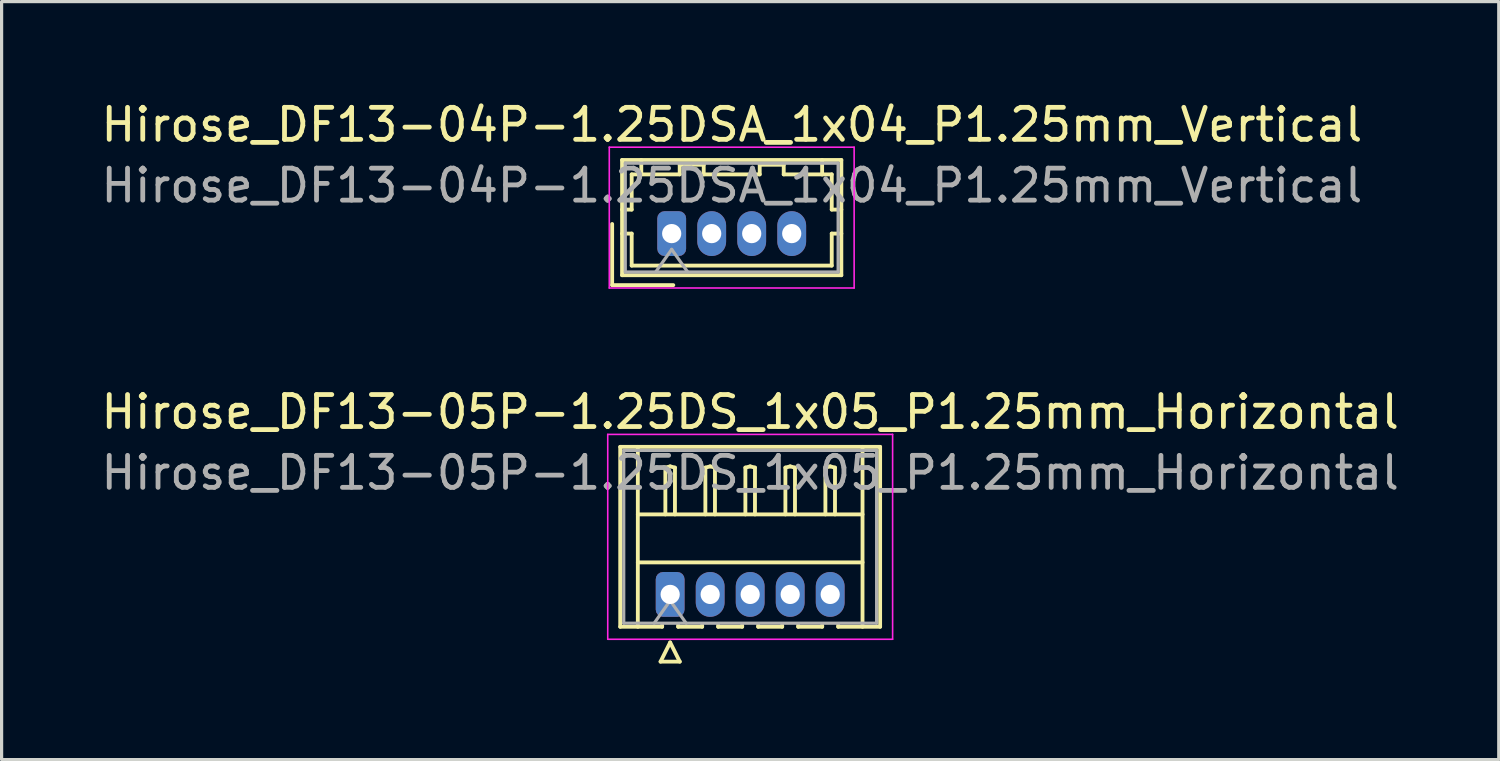
<source format=kicad_pcb>
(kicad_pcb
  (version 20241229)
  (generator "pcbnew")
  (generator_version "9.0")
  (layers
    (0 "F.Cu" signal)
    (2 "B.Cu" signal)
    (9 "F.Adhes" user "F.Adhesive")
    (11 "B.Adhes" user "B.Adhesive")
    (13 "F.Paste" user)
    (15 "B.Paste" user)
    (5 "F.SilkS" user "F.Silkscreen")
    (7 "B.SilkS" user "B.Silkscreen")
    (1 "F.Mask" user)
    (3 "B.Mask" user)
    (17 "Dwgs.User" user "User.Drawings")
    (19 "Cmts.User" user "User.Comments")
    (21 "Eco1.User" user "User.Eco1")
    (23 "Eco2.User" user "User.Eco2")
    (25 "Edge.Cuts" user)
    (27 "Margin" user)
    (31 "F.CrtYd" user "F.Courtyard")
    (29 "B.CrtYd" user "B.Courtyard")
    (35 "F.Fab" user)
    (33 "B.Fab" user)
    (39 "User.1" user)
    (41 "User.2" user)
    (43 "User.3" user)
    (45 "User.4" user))
  (footprint "Hirose_DF13-04P-1.25DSA_1x04_P1.25mm_Vertical"
    (layer "F.Cu")
    (at 17.935 4.248)
    (property "Reference" "Hirose_DF13-04P-1.25DSA_1x04_P1.25mm_Vertical" (at 1.88 -3.4 0) (layer "F.SilkS") (effects (font (size 1 1) (thickness 0.15))))
    (attr through_hole)
    (fp_line (start -1.86 -0.3) (end -1.86 1.61) (stroke (width 0.12) (type solid)) (layer "F.SilkS"))
    (fp_line (start -1.86 1.61) (end 0.05 1.61) (stroke (width 0.12) (type solid)) (layer "F.SilkS"))
    (fp_line (start -1.55 -2.3) (end -1.55 1.3) (stroke (width 0.12) (type solid)) (layer "F.SilkS"))
    (fp_line (start -1.55 -0.75) (end -1.25 -0.75) (stroke (width 0.12) (type solid)) (layer "F.SilkS"))
    (fp_line (start -1.55 0) (end -1.25 0) (stroke (width 0.12) (type solid)) (layer "F.SilkS"))
    (fp_line (start -1.55 1.3) (end 5.3 1.3) (stroke (width 0.12) (type solid)) (layer "F.SilkS"))
    (fp_line (start -1.25 -1.85) (end -0.95 -1.85) (stroke (width 0.12) (type solid)) (layer "F.SilkS"))
    (fp_line (start -1.25 -0.75) (end -1.25 -1.85) (stroke (width 0.12) (type solid)) (layer "F.SilkS"))
    (fp_line (start -1.25 0) (end -1.25 1) (stroke (width 0.12) (type solid)) (layer "F.SilkS"))
    (fp_line (start -1.25 1) (end 5 1) (stroke (width 0.12) (type solid)) (layer "F.SilkS"))
    (fp_line (start -0.95 -1.85) (end -0.95 -2.3) (stroke (width 0.12) (type solid)) (layer "F.SilkS"))
    (fp_line (start -0.95 -1.85) (end 0.25 -1.85) (stroke (width 0.12) (type solid)) (layer "F.SilkS"))
    (fp_line (start 0.25 -2.15) (end 1 -2.15) (stroke (width 0.12) (type solid)) (layer "F.SilkS"))
    (fp_line (start 0.25 -1.85) (end 0.25 -2.15) (stroke (width 0.12) (type solid)) (layer "F.SilkS"))
    (fp_line (start 1 -2.15) (end 1 -1.85) (stroke (width 0.12) (type solid)) (layer "F.SilkS"))
    (fp_line (start 1 -1.85) (end 2.75 -1.85) (stroke (width 0.12) (type solid)) (layer "F.SilkS"))
    (fp_line (start 2.75 -2.15) (end 3.5 -2.15) (stroke (width 0.12) (type solid)) (layer "F.SilkS"))
    (fp_line (start 2.75 -1.85) (end 2.75 -2.15) (stroke (width 0.12) (type solid)) (layer "F.SilkS"))
    (fp_line (start 3.5 -2.15) (end 3.5 -1.85) (stroke (width 0.12) (type solid)) (layer "F.SilkS"))
    (fp_line (start 3.5 -1.85) (end 4.7 -1.85) (stroke (width 0.12) (type solid)) (layer "F.SilkS"))
    (fp_line (start 4.7 -1.85) (end 4.7 -2.3) (stroke (width 0.12) (type solid)) (layer "F.SilkS"))
    (fp_line (start 5 -1.85) (end 4.7 -1.85) (stroke (width 0.12) (type solid)) (layer "F.SilkS"))
    (fp_line (start 5 -0.75) (end 5 -1.85) (stroke (width 0.12) (type solid)) (layer "F.SilkS"))
    (fp_line (start 5 0) (end 5.3 0) (stroke (width 0.12) (type solid)) (layer "F.SilkS"))
    (fp_line (start 5 1) (end 5 0) (stroke (width 0.12) (type solid)) (layer "F.SilkS"))
    (fp_line (start 5.3 -2.3) (end -1.55 -2.3) (stroke (width 0.12) (type solid)) (layer "F.SilkS"))
    (fp_line (start 5.3 -0.75) (end 5 -0.75) (stroke (width 0.12) (type solid)) (layer "F.SilkS"))
    (fp_line (start 5.3 1.3) (end 5.3 -2.3) (stroke (width 0.12) (type solid)) (layer "F.SilkS"))
    (fp_line (start -1.95 -2.7) (end -1.95 1.7) (stroke (width 0.05) (type solid)) (layer "F.CrtYd"))
    (fp_line (start -1.95 1.7) (end 5.7 1.7) (stroke (width 0.05) (type solid)) (layer "F.CrtYd"))
    (fp_line (start 5.7 -2.7) (end -1.95 -2.7) (stroke (width 0.05) (type solid)) (layer "F.CrtYd"))
    (fp_line (start 5.7 1.7) (end 5.7 -2.7) (stroke (width 0.05) (type solid)) (layer "F.CrtYd"))
    (fp_line (start -1.45 -2.2) (end -1.45 1.2) (stroke (width 0.1) (type solid)) (layer "F.Fab"))
    (fp_line (start -1.45 1.2) (end 5.2 1.2) (stroke (width 0.1) (type solid)) (layer "F.Fab"))
    (fp_line (start -0.5 1.2) (end 0 0.493) (stroke (width 0.1) (type solid)) (layer "F.Fab"))
    (fp_line (start 0 0.493) (end 0.5 1.2) (stroke (width 0.1) (type solid)) (layer "F.Fab"))
    (fp_line (start 5.2 -2.2) (end -1.45 -2.2) (stroke (width 0.1) (type solid)) (layer "F.Fab"))
    (fp_line (start 5.2 1.2) (end 5.2 -2.2) (stroke (width 0.1) (type solid)) (layer "F.Fab"))
    (fp_text user "${REFERENCE}" (at 1.88 -1.5 0) (layer "F.Fab") (effects (font (size 1 1) (thickness 0.15))))
    (pad "1" thru_hole roundrect (at 0 0) (size 0.9 1.4) (drill 0.6) (layers "*.Cu" "*.Mask") (roundrect_rratio 0.25))
    (pad "2" thru_hole oval (at 1.25 0) (size 0.9 1.4) (drill 0.6) (layers "*.Cu" "*.Mask"))
    (pad "3" thru_hole oval (at 2.5 0) (size 0.9 1.4) (drill 0.6) (layers "*.Cu" "*.Mask"))
    (pad "4" thru_hole oval (at 3.75 0) (size 0.9 1.4) (drill 0.6) (layers "*.Cu" "*.Mask")))
  (footprint "Hirose_DF13-05P-1.25DS_1x05_P1.25mm_Horizontal"
    (layer "F.Cu")
    (at 17.887 15.521)
    (property "Reference" "Hirose_DF13-05P-1.25DS_1x05_P1.25mm_Horizontal" (at 2.5 -5.7 0) (layer "F.SilkS") (effects (font (size 1 1) (thickness 0.15))))
    (attr through_hole)
    (fp_line (start -1.56 -4.61) (end 6.56 -4.61) (stroke (width 0.12) (type solid)) (layer "F.SilkS"))
    (fp_line (start -1.56 1.01) (end -1.56 -4.61) (stroke (width 0.12) (type solid)) (layer "F.SilkS"))
    (fp_line (start -1.01 -4.61) (end -1.01 1.01) (stroke (width 0.12) (type solid)) (layer "F.SilkS"))
    (fp_line (start -1.01 -2.5) (end 6.01 -2.5) (stroke (width 0.12) (type solid)) (layer "F.SilkS"))
    (fp_line (start -1.01 -1) (end 6.01 -1) (stroke (width 0.12) (type solid)) (layer "F.SilkS"))
    (fp_line (start -0.3 2.1) (end 0.3 2.1) (stroke (width 0.12) (type solid)) (layer "F.SilkS"))
    (fp_line (start -0.25 0.96) (end -0.25 1.01) (stroke (width 0.12) (type solid)) (layer "F.SilkS"))
    (fp_line (start -0.25 1.01) (end -1.56 1.01) (stroke (width 0.12) (type solid)) (layer "F.SilkS"))
    (fp_line (start -0.15 -3.962) (end 0 -4) (stroke (width 0.12) (type solid)) (layer "F.SilkS"))
    (fp_line (start -0.15 -2.5) (end -0.15 -3.962) (stroke (width 0.12) (type solid)) (layer "F.SilkS"))
    (fp_line (start 0 -4) (end 0.15 -3.962) (stroke (width 0.12) (type solid)) (layer "F.SilkS"))
    (fp_line (start 0 1.5) (end -0.3 2.1) (stroke (width 0.12) (type solid)) (layer "F.SilkS"))
    (fp_line (start 0.15 -3.962) (end 0.15 -2.5) (stroke (width 0.12) (type solid)) (layer "F.SilkS"))
    (fp_line (start 0.25 0.96) (end 0.25 1.01) (stroke (width 0.12) (type solid)) (layer "F.SilkS"))
    (fp_line (start 0.25 1.01) (end 1 1.01) (stroke (width 0.12) (type solid)) (layer "F.SilkS"))
    (fp_line (start 0.3 2.1) (end 0 1.5) (stroke (width 0.12) (type solid)) (layer "F.SilkS"))
    (fp_line (start 1 1.01) (end 1 0.96) (stroke (width 0.12) (type solid)) (layer "F.SilkS"))
    (fp_line (start 1.1 -3.962) (end 1.25 -4) (stroke (width 0.12) (type solid)) (layer "F.SilkS"))
    (fp_line (start 1.1 -2.5) (end 1.1 -3.962) (stroke (width 0.12) (type solid)) (layer "F.SilkS"))
    (fp_line (start 1.25 -4) (end 1.4 -3.962) (stroke (width 0.12) (type solid)) (layer "F.SilkS"))
    (fp_line (start 1.4 -3.962) (end 1.4 -2.5) (stroke (width 0.12) (type solid)) (layer "F.SilkS"))
    (fp_line (start 1.5 0.96) (end 1.5 1.01) (stroke (width 0.12) (type solid)) (layer "F.SilkS"))
    (fp_line (start 1.5 1.01) (end 2.25 1.01) (stroke (width 0.12) (type solid)) (layer "F.SilkS"))
    (fp_line (start 2.25 1.01) (end 2.25 0.96) (stroke (width 0.12) (type solid)) (layer "F.SilkS"))
    (fp_line (start 2.35 -3.962) (end 2.5 -4) (stroke (width 0.12) (type solid)) (layer "F.SilkS"))
    (fp_line (start 2.35 -2.5) (end 2.35 -3.962) (stroke (width 0.12) (type solid)) (layer "F.SilkS"))
    (fp_line (start 2.5 -4) (end 2.65 -3.962) (stroke (width 0.12) (type solid)) (layer "F.SilkS"))
    (fp_line (start 2.65 -3.962) (end 2.65 -2.5) (stroke (width 0.12) (type solid)) (layer "F.SilkS"))
    (fp_line (start 2.75 0.96) (end 2.75 1.01) (stroke (width 0.12) (type solid)) (layer "F.SilkS"))
    (fp_line (start 2.75 1.01) (end 3.5 1.01) (stroke (width 0.12) (type solid)) (layer "F.SilkS"))
    (fp_line (start 3.5 1.01) (end 3.5 0.96) (stroke (width 0.12) (type solid)) (layer "F.SilkS"))
    (fp_line (start 3.6 -3.962) (end 3.75 -4) (stroke (width 0.12) (type solid)) (layer "F.SilkS"))
    (fp_line (start 3.6 -2.5) (end 3.6 -3.962) (stroke (width 0.12) (type solid)) (layer "F.SilkS"))
    (fp_line (start 3.75 -4) (end 3.9 -3.962) (stroke (width 0.12) (type solid)) (layer "F.SilkS"))
    (fp_line (start 3.9 -3.962) (end 3.9 -2.5) (stroke (width 0.12) (type solid)) (layer "F.SilkS"))
    (fp_line (start 4 0.96) (end 4 1.01) (stroke (width 0.12) (type solid)) (layer "F.SilkS"))
    (fp_line (start 4 1.01) (end 4.75 1.01) (stroke (width 0.12) (type solid)) (layer "F.SilkS"))
    (fp_line (start 4.75 1.01) (end 4.75 0.96) (stroke (width 0.12) (type solid)) (layer "F.SilkS"))
    (fp_line (start 4.85 -3.962) (end 5 -4) (stroke (width 0.12) (type solid)) (layer "F.SilkS"))
    (fp_line (start 4.85 -2.5) (end 4.85 -3.962) (stroke (width 0.12) (type solid)) (layer "F.SilkS"))
    (fp_line (start 5 -4) (end 5.15 -3.962) (stroke (width 0.12) (type solid)) (layer "F.SilkS"))
    (fp_line (start 5.15 -3.962) (end 5.15 -2.5) (stroke (width 0.12) (type solid)) (layer "F.SilkS"))
    (fp_line (start 5.25 1.01) (end 5.25 0.96) (stroke (width 0.12) (type solid)) (layer "F.SilkS"))
    (fp_line (start 6.01 -4.61) (end 6.01 1.01) (stroke (width 0.12) (type solid)) (layer "F.SilkS"))
    (fp_line (start 6.56 -4.61) (end 6.56 1.01) (stroke (width 0.12) (type solid)) (layer "F.SilkS"))
    (fp_line (start 6.56 1.01) (end 5.25 1.01) (stroke (width 0.12) (type solid)) (layer "F.SilkS"))
    (fp_line (start -1.95 -5) (end -1.95 1.4) (stroke (width 0.05) (type solid)) (layer "F.CrtYd"))
    (fp_line (start -1.95 1.4) (end 6.95 1.4) (stroke (width 0.05) (type solid)) (layer "F.CrtYd"))
    (fp_line (start 6.95 -5) (end -1.95 -5) (stroke (width 0.05) (type solid)) (layer "F.CrtYd"))
    (fp_line (start 6.95 1.4) (end 6.95 -5) (stroke (width 0.05) (type solid)) (layer "F.CrtYd"))
    (fp_line (start -1.45 -4.5) (end -1.45 0.9) (stroke (width 0.1) (type solid)) (layer "F.Fab"))
    (fp_line (start -1.45 0.9) (end 6.45 0.9) (stroke (width 0.1) (type solid)) (layer "F.Fab"))
    (fp_line (start -0.5 0.9) (end 0 0.193) (stroke (width 0.1) (type solid)) (layer "F.Fab"))
    (fp_line (start 0 0.193) (end 0.5 0.9) (stroke (width 0.1) (type solid)) (layer "F.Fab"))
    (fp_line (start 6.45 -4.5) (end -1.45 -4.5) (stroke (width 0.1) (type solid)) (layer "F.Fab"))
    (fp_line (start 6.45 0.9) (end 6.45 -4.5) (stroke (width 0.1) (type solid)) (layer "F.Fab"))
    (fp_text user "${REFERENCE}" (at 2.5 -3.8 0) (layer "F.Fab") (effects (font (size 1 1) (thickness 0.15))))
    (pad "1" thru_hole roundrect (at 0 0) (size 0.9 1.4) (drill 0.6) (layers "*.Cu" "*.Mask") (roundrect_rratio 0.25))
    (pad "2" thru_hole oval (at 1.25 0) (size 0.9 1.4) (drill 0.6) (layers "*.Cu" "*.Mask"))
    (pad "3" thru_hole oval (at 2.5 0) (size 0.9 1.4) (drill 0.6) (layers "*.Cu" "*.Mask"))
    (pad "4" thru_hole oval (at 3.75 0) (size 0.9 1.4) (drill 0.6) (layers "*.Cu" "*.Mask"))
    (pad "5" thru_hole oval (at 5 0) (size 0.9 1.4) (drill 0.6) (layers "*.Cu" "*.Mask")))
  (gr_rect
    (start -3 -3)
    (end 43.774 20.681)
    (stroke (width 0.1) (type default))
    (fill no)
    (layer "Edge.Cuts")))
</source>
